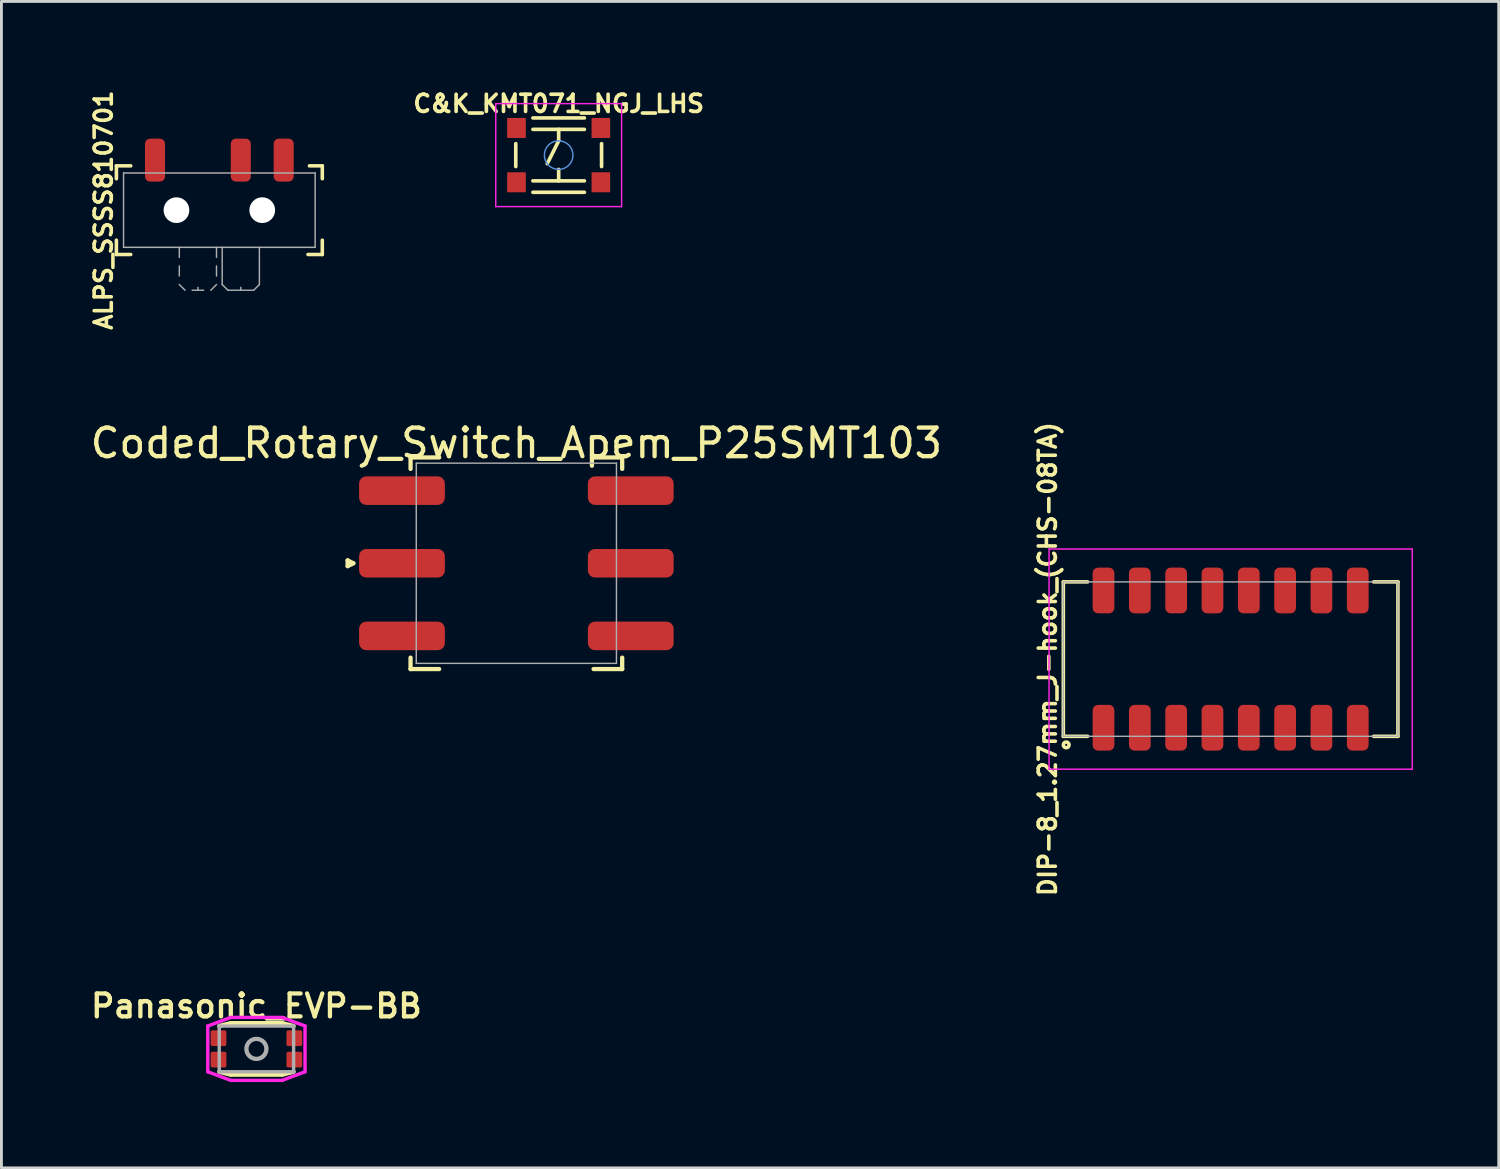
<source format=kicad_pcb>
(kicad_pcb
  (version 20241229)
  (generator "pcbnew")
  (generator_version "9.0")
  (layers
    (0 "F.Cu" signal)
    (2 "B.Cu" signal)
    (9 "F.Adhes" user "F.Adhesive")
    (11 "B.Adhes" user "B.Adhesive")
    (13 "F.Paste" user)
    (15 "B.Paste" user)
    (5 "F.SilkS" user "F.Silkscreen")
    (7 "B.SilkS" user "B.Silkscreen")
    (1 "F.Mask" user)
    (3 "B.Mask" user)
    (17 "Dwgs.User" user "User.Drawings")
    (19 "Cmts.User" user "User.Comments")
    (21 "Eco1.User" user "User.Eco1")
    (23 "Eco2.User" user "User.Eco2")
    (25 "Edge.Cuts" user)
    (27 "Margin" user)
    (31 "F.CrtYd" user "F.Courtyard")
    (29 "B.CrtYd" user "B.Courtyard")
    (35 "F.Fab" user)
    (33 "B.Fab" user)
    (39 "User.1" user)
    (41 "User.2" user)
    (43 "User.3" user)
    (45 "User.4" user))
  (footprint "Panasonic_EVP-BB"
    (layer "F.Cu")
    (at 5.916 33.627)
    (property "Reference" "Panasonic_EVP-BB" (at 0 -1.5 0) (unlocked yes) (layer "F.SilkS") (effects (font (size 0.8 0.8) (thickness 0.15))))
    (attr smd)
    (fp_line (start -1.3 -0.8) (end -0.9 -0.9) (stroke (width 0.15) (type solid)) (layer "F.SilkS"))
    (fp_line (start -1.3 0.8) (end -0.9 0.9) (stroke (width 0.15) (type solid)) (layer "F.SilkS"))
    (fp_line (start -0.9 -0.9) (end 0.9 -0.9) (stroke (width 0.15) (type solid)) (layer "F.SilkS"))
    (fp_line (start -0.9 0.9) (end 0.9 0.9) (stroke (width 0.15) (type solid)) (layer "F.SilkS"))
    (fp_line (start 0.9 -0.9) (end 1.3 -0.8) (stroke (width 0.15) (type solid)) (layer "F.SilkS"))
    (fp_line (start 0.9 0.9) (end 1.3 0.8) (stroke (width 0.15) (type solid)) (layer "F.SilkS"))
    (fp_line (start -1.7 -0.8) (end -0.9 -1.1) (stroke (width 0.12) (type solid)) (layer "F.CrtYd"))
    (fp_line (start -1.7 0.8) (end -1.7 -0.8) (stroke (width 0.12) (type solid)) (layer "F.CrtYd"))
    (fp_line (start -0.9 -1.1) (end 0.9 -1.1) (stroke (width 0.12) (type solid)) (layer "F.CrtYd"))
    (fp_line (start -0.9 1.1) (end -1.7 0.8) (stroke (width 0.12) (type solid)) (layer "F.CrtYd"))
    (fp_line (start 0.9 -1.1) (end 1.7 -0.8) (stroke (width 0.12) (type solid)) (layer "F.CrtYd"))
    (fp_line (start 0.9 1.1) (end -0.9 1.1) (stroke (width 0.12) (type solid)) (layer "F.CrtYd"))
    (fp_line (start 1.7 -0.8) (end 1.7 0.8) (stroke (width 0.12) (type solid)) (layer "F.CrtYd"))
    (fp_line (start 1.7 0.8) (end 0.9 1.1) (stroke (width 0.12) (type solid)) (layer "F.CrtYd"))
    (fp_line (start -1.3 -0.8) (end 1.3 -0.8) (stroke (width 0.12) (type solid)) (layer "F.Fab"))
    (fp_line (start -1.3 0.8) (end -1.3 -0.8) (stroke (width 0.12) (type solid)) (layer "F.Fab"))
    (fp_line (start 1.3 -0.8) (end 1.3 0.8) (stroke (width 0.12) (type solid)) (layer "F.Fab"))
    (fp_line (start 1.3 0.8) (end -1.3 0.8) (stroke (width 0.12) (type solid)) (layer "F.Fab"))
    (fp_circle (center 0 0) (end 0.35 0) (stroke (width 0.15) (type solid)) (fill no) (layer "F.Fab"))
    (pad "1" smd roundrect (at -1.325 -0.375) (size 0.55 0.55) (layers "F.Cu" "F.Mask" "F.Paste") (roundrect_rratio 0.111))
    (pad "1" smd roundrect (at -1.325 0.375) (size 0.55 0.55) (layers "F.Cu" "F.Mask" "F.Paste") (roundrect_rratio 0.111))
    (pad "2" smd roundrect (at 1.325 -0.375) (size 0.55 0.55) (layers "F.Cu" "F.Mask" "F.Paste") (roundrect_rratio 0.111))
    (pad "2" smd roundrect (at 1.325 0.375) (size 0.55 0.55) (layers "F.Cu" "F.Mask" "F.Paste") (roundrect_rratio 0.111)))
  (footprint "C&K_KMT071_NGJ_LHS"
    (layer "F.Cu")
    (at 16.485 2.374)
    (property "Reference" "C&K_KMT071_NGJ_LHS" (at 0 -1.8 0) (layer "F.SilkS") (effects (font (size 0.6 0.6) (thickness 0.127))))
    (attr smd)
    (fp_line (start -1.5 -0.4) (end -1.5 0.4) (stroke (width 0.127) (type solid)) (layer "F.SilkS"))
    (fp_line (start -0.9 -1.3) (end 0.9 -1.3) (stroke (width 0.127) (type solid)) (layer "F.SilkS"))
    (fp_line (start -0.9 -0.9) (end 0.9 -0.9) (stroke (width 0.127) (type solid)) (layer "F.SilkS"))
    (fp_line (start -0.9 0.9) (end 0.9 0.9) (stroke (width 0.127) (type solid)) (layer "F.SilkS"))
    (fp_line (start -0.9 1.3) (end 0.9 1.3) (stroke (width 0.127) (type solid)) (layer "F.SilkS"))
    (fp_line (start 0 -0.9) (end 0 -0.5) (stroke (width 0.127) (type solid)) (layer "F.SilkS"))
    (fp_line (start 0 -0.5) (end -0.4 0.3) (stroke (width 0.127) (type solid)) (layer "F.SilkS"))
    (fp_line (start 0 0.5) (end 0 0.9) (stroke (width 0.127) (type solid)) (layer "F.SilkS"))
    (fp_line (start 1.5 0.4) (end 1.5 -0.4) (stroke (width 0.127) (type solid)) (layer "F.SilkS"))
    (fp_circle (center 0 0) (end 0 0.5) (stroke (width 0.05) (type solid)) (fill no) (layer "Cmts.User"))
    (fp_line (start -2.2 -1.8) (end 2.2 -1.8) (stroke (width 0.05) (type solid)) (layer "F.CrtYd"))
    (fp_line (start -2.2 1.8) (end -2.2 -1.8) (stroke (width 0.05) (type solid)) (layer "F.CrtYd"))
    (fp_line (start 2.2 -1.8) (end 2.2 1.8) (stroke (width 0.05) (type solid)) (layer "F.CrtYd"))
    (fp_line (start 2.2 1.8) (end -2.2 1.8) (stroke (width 0.05) (type solid)) (layer "F.CrtYd"))
    (pad "1" smd rect (at -1.475 -0.95) (size 0.65 0.7) (layers "F.Cu" "F.Mask" "F.Paste"))
    (pad "1" smd rect (at 1.475 -0.95) (size 0.65 0.7) (layers "F.Cu" "F.Mask" "F.Paste"))
    (pad "2" smd rect (at -1.475 0.95) (size 0.65 0.7) (layers "F.Cu" "F.Mask" "F.Paste"))
    (pad "2" smd rect (at 1.475 0.95) (size 0.65 0.7) (layers "F.Cu" "F.Mask" "F.Paste")))
  (footprint "ALPS_SSSS810701"
    (layer "F.Cu")
    (at 4.62 5.599)
    (property "Reference" "ALPS_SSSS810701" (at -4.05 -1.3 90) (layer "F.SilkS") (effects (font (size 0.6 0.6) (thickness 0.125))))
    (attr smd)
    (fp_line (start -3.6 -2.85) (end -3.6 -2.4) (stroke (width 0.125) (type solid)) (layer "F.SilkS"))
    (fp_line (start -3.6 -2.85) (end -3.1 -2.85) (stroke (width 0.125) (type solid)) (layer "F.SilkS"))
    (fp_line (start -3.6 0.25) (end -3.6 -0.25) (stroke (width 0.125) (type solid)) (layer "F.SilkS"))
    (fp_line (start -3.6 0.25) (end -3.1 0.25) (stroke (width 0.125) (type solid)) (layer "F.SilkS"))
    (fp_line (start 3.6 -2.85) (end 3.15 -2.85) (stroke (width 0.125) (type solid)) (layer "F.SilkS"))
    (fp_line (start 3.6 -2.85) (end 3.6 -2.4) (stroke (width 0.125) (type solid)) (layer "F.SilkS"))
    (fp_line (start 3.6 0.25) (end 3.1 0.25) (stroke (width 0.125) (type solid)) (layer "F.SilkS"))
    (fp_line (start 3.6 0.25) (end 3.6 -0.25) (stroke (width 0.125) (type solid)) (layer "F.SilkS"))
    (fp_line (start -3.35 -2.6) (end -3.35 0) (stroke (width 0.05) (type solid)) (layer "F.Fab"))
    (fp_line (start -3.35 0) (end 3.35 0) (stroke (width 0.05) (type solid)) (layer "F.Fab"))
    (fp_line (start -1.4 0.35) (end -1.4 0) (stroke (width 0.05) (type solid)) (layer "F.Fab"))
    (fp_line (start -1.4 1) (end -1.4 0.65) (stroke (width 0.05) (type solid)) (layer "F.Fab"))
    (fp_line (start -1.2 1.5) (end -1.4 1.3) (stroke (width 0.05) (type solid)) (layer "F.Fab"))
    (fp_line (start -0.95 1.5) (end -0.55 1.5) (stroke (width 0.05) (type solid)) (layer "F.Fab"))
    (fp_line (start -0.75 1.5) (end -0.75 1.4) (stroke (width 0.05) (type solid)) (layer "F.Fab"))
    (fp_line (start -0.1 0.35) (end -0.1 0) (stroke (width 0.05) (type solid)) (layer "F.Fab"))
    (fp_line (start -0.1 1) (end -0.1 0.65) (stroke (width 0.05) (type solid)) (layer "F.Fab"))
    (fp_line (start -0.1 1.3) (end -0.3 1.5) (stroke (width 0.05) (type solid)) (layer "F.Fab"))
    (fp_line (start 0.1 0) (end 0.1 1.3) (stroke (width 0.05) (type solid)) (layer "F.Fab"))
    (fp_line (start 0.1 1.3) (end 0.3 1.5) (stroke (width 0.05) (type solid)) (layer "F.Fab"))
    (fp_line (start 0.3 1.5) (end 1.2 1.5) (stroke (width 0.05) (type solid)) (layer "F.Fab"))
    (fp_line (start 0.75 1.5) (end 0.75 1.4) (stroke (width 0.05) (type solid)) (layer "F.Fab"))
    (fp_line (start 1.2 1.5) (end 1.4 1.3) (stroke (width 0.05) (type solid)) (layer "F.Fab"))
    (fp_line (start 1.4 1.3) (end 1.4 0) (stroke (width 0.05) (type solid)) (layer "F.Fab"))
    (fp_line (start 3.35 -2.6) (end -3.35 -2.6) (stroke (width 0.05) (type solid)) (layer "F.Fab"))
    (fp_line (start 3.35 0) (end 3.35 -2.6) (stroke (width 0.05) (type solid)) (layer "F.Fab"))
    (pad "" np_thru_hole circle (at -1.5 -1.3) (size 0.9 0.9) (drill 0.9) (layers "*.Cu" "*.Mask"))
    (pad "" np_thru_hole circle (at 1.5 -1.3) (size 0.9 0.9) (drill 0.9) (layers "*.Cu" "*.Mask"))
    (pad "1" smd roundrect (at -2.25 -3.05) (size 0.7 1.5) (layers "F.Cu" "F.Mask" "F.Paste") (roundrect_rratio 0.25))
    (pad "2" smd roundrect (at 0.75 -3.05) (size 0.7 1.5) (layers "F.Cu" "F.Mask" "F.Paste") (roundrect_rratio 0.25))
    (pad "3" smd roundrect (at 2.25 -3.05) (size 0.7 1.5) (layers "F.Cu" "F.Mask" "F.Paste") (roundrect_rratio 0.25)))
  (footprint "DIP-8_1.27mm_J-hook_(CHS-08TA)"
    (layer "F.Cu")
    (at 39.982 19.997)
    (property "Reference" "DIP-8_1.27mm_J-hook_(CHS-08TA)" (at -6.4 0 90) (layer "F.SilkS") (effects (font (size 0.6 0.6) (thickness 0.125))))
    (attr smd)
    (fp_line (start -5.85 -2.7) (end -5.85 2.7) (stroke (width 0.125) (type solid)) (layer "F.SilkS"))
    (fp_line (start -5.85 2.7) (end -5 2.7) (stroke (width 0.125) (type solid)) (layer "F.SilkS"))
    (fp_line (start -5 -2.7) (end -5.85 -2.7) (stroke (width 0.125) (type solid)) (layer "F.SilkS"))
    (fp_line (start 5 -2.7) (end 5.85 -2.7) (stroke (width 0.125) (type solid)) (layer "F.SilkS"))
    (fp_line (start 5.85 -2.7) (end 5.85 2.7) (stroke (width 0.125) (type solid)) (layer "F.SilkS"))
    (fp_line (start 5.85 2.7) (end 5 2.7) (stroke (width 0.125) (type solid)) (layer "F.SilkS"))
    (fp_circle (center -5.75 3) (end -5.85 3) (stroke (width 0.125) (type solid)) (fill no) (layer "F.SilkS"))
    (fp_line (start -6.35 -3.85) (end 6.35 -3.85) (stroke (width 0.05) (type solid)) (layer "F.CrtYd"))
    (fp_line (start -6.35 3.85) (end -6.35 -3.85) (stroke (width 0.05) (type solid)) (layer "F.CrtYd"))
    (fp_line (start 6.35 -3.85) (end 6.35 3.85) (stroke (width 0.05) (type solid)) (layer "F.CrtYd"))
    (fp_line (start 6.35 3.85) (end -6.35 3.85) (stroke (width 0.05) (type solid)) (layer "F.CrtYd"))
    (fp_line (start -5.85 -2.7) (end 5.85 -2.7) (stroke (width 0.05) (type solid)) (layer "F.Fab"))
    (fp_line (start -5.85 2.7) (end -5.85 -2.7) (stroke (width 0.05) (type solid)) (layer "F.Fab"))
    (fp_line (start 5.85 -2.7) (end 5.85 2.7) (stroke (width 0.05) (type solid)) (layer "F.Fab"))
    (fp_line (start 5.85 2.7) (end -5.85 2.7) (stroke (width 0.05) (type solid)) (layer "F.Fab"))
    (pad "1" smd roundrect (at -4.445 2.4) (size 0.76 1.6) (layers "F.Cu" "F.Mask" "F.Paste") (roundrect_rratio 0.25))
    (pad "2" smd roundrect (at -3.175 2.4) (size 0.76 1.6) (layers "F.Cu" "F.Mask" "F.Paste") (roundrect_rratio 0.25))
    (pad "3" smd roundrect (at -1.905 2.4) (size 0.76 1.6) (layers "F.Cu" "F.Mask" "F.Paste") (roundrect_rratio 0.25))
    (pad "4" smd roundrect (at -0.635 2.4) (size 0.76 1.6) (layers "F.Cu" "F.Mask" "F.Paste") (roundrect_rratio 0.25))
    (pad "5" smd roundrect (at 0.635 2.4) (size 0.76 1.6) (layers "F.Cu" "F.Mask" "F.Paste") (roundrect_rratio 0.25))
    (pad "6" smd roundrect (at 1.905 2.4) (size 0.76 1.6) (layers "F.Cu" "F.Mask" "F.Paste") (roundrect_rratio 0.25))
    (pad "7" smd roundrect (at 3.175 2.4) (size 0.76 1.6) (layers "F.Cu" "F.Mask" "F.Paste") (roundrect_rratio 0.25))
    (pad "8" smd roundrect (at 4.445 2.4) (size 0.76 1.6) (layers "F.Cu" "F.Mask" "F.Paste") (roundrect_rratio 0.25))
    (pad "9" smd roundrect (at 4.445 -2.4) (size 0.76 1.6) (layers "F.Cu" "F.Mask" "F.Paste") (roundrect_rratio 0.25))
    (pad "10" smd roundrect (at 3.175 -2.4) (size 0.76 1.6) (layers "F.Cu" "F.Mask" "F.Paste") (roundrect_rratio 0.25))
    (pad "11" smd roundrect (at 1.905 -2.4) (size 0.76 1.6) (layers "F.Cu" "F.Mask" "F.Paste") (roundrect_rratio 0.25))
    (pad "12" smd roundrect (at 0.635 -2.4) (size 0.76 1.6) (layers "F.Cu" "F.Mask" "F.Paste") (roundrect_rratio 0.25))
    (pad "13" smd roundrect (at -0.635 -2.4) (size 0.76 1.6) (layers "F.Cu" "F.Mask" "F.Paste") (roundrect_rratio 0.25))
    (pad "14" smd roundrect (at -1.905 -2.4) (size 0.76 1.6) (layers "F.Cu" "F.Mask" "F.Paste") (roundrect_rratio 0.25))
    (pad "15" smd roundrect (at -3.175 -2.4) (size 0.76 1.6) (layers "F.Cu" "F.Mask" "F.Paste") (roundrect_rratio 0.25))
    (pad "16" smd roundrect (at -4.445 -2.4) (size 0.76 1.6) (layers "F.Cu" "F.Mask" "F.Paste") (roundrect_rratio 0.25)))
  (footprint "Coded_Rotary_Switch_Apem_P25SMT103"
    (layer "F.Cu")
    (at 15.006 16.646)
    (property "Reference" "Coded_Rotary_Switch_Apem_P25SMT103" (at 0 -4.2 0) (layer "F.SilkS") (effects (font (size 1 1) (thickness 0.15))))
    (attr smd)
    (fp_line (start -5.9 -0.1) (end -5.9 0.1) (stroke (width 0.15) (type solid)) (layer "F.SilkS"))
    (fp_line (start -5.9 0.1) (end -5.7 0) (stroke (width 0.15) (type solid)) (layer "F.SilkS"))
    (fp_line (start -5.7 0) (end -5.9 -0.1) (stroke (width 0.15) (type solid)) (layer "F.SilkS"))
    (fp_line (start -3.7 -3.7) (end -3.7 -3.3) (stroke (width 0.15) (type solid)) (layer "F.SilkS"))
    (fp_line (start -3.7 -3.7) (end -2.7 -3.7) (stroke (width 0.15) (type solid)) (layer "F.SilkS"))
    (fp_line (start -3.7 3.7) (end -3.7 3.3) (stroke (width 0.15) (type solid)) (layer "F.SilkS"))
    (fp_line (start -3.7 3.7) (end -2.7 3.7) (stroke (width 0.15) (type solid)) (layer "F.SilkS"))
    (fp_line (start 3.7 -3.7) (end 2.7 -3.7) (stroke (width 0.15) (type solid)) (layer "F.SilkS"))
    (fp_line (start 3.7 -3.7) (end 3.7 -3.3) (stroke (width 0.15) (type solid)) (layer "F.SilkS"))
    (fp_line (start 3.7 3.7) (end 2.7 3.7) (stroke (width 0.15) (type solid)) (layer "F.SilkS"))
    (fp_line (start 3.7 3.7) (end 3.7 3.3) (stroke (width 0.15) (type solid)) (layer "F.SilkS"))
    (fp_line (start -3.5 -3.5) (end 3.5 -3.5) (stroke (width 0.05) (type solid)) (layer "F.Fab"))
    (fp_line (start -3.5 3.5) (end -3.5 -3.5) (stroke (width 0.05) (type solid)) (layer "F.Fab"))
    (fp_line (start 3.5 -3.5) (end 3.5 3.5) (stroke (width 0.05) (type solid)) (layer "F.Fab"))
    (fp_line (start 3.5 3.5) (end -3.5 3.5) (stroke (width 0.05) (type solid)) (layer "F.Fab"))
    (pad "1" smd roundrect (at -4 0) (size 3 1) (layers "F.Cu" "F.Mask" "F.Paste") (roundrect_rratio 0.25))
    (pad "2" smd roundrect (at -4 2.54) (size 3 1) (layers "F.Cu" "F.Mask" "F.Paste") (roundrect_rratio 0.25))
    (pad "4" smd roundrect (at 4 2.54) (size 3 1) (layers "F.Cu" "F.Mask" "F.Paste") (roundrect_rratio 0.25))
    (pad "8" smd roundrect (at 4 0) (size 3 1) (layers "F.Cu" "F.Mask" "F.Paste") (roundrect_rratio 0.25))
    (pad "C" smd roundrect (at -4 -2.54) (size 3 1) (layers "F.Cu" "F.Mask" "F.Paste") (roundrect_rratio 0.25))
    (pad "C" smd roundrect (at 4 -2.54) (size 3 1) (layers "F.Cu" "F.Mask" "F.Paste") (roundrect_rratio 0.25)))
  (gr_rect
    (start -3 -3)
    (end 49.357 37.787)
    (stroke (width 0.1) (type default))
    (fill no)
    (layer "Edge.Cuts")))
</source>
